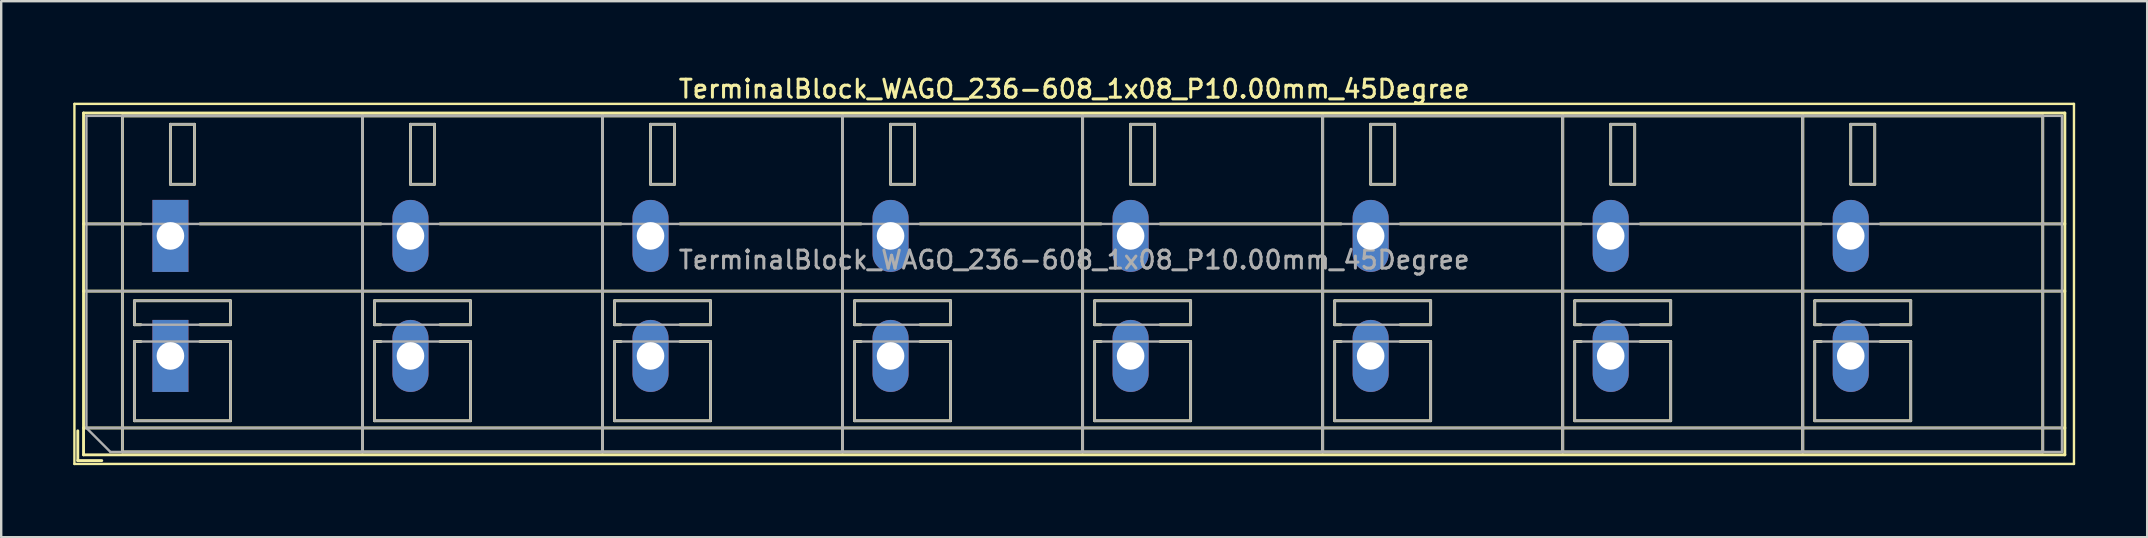
<source format=kicad_pcb>
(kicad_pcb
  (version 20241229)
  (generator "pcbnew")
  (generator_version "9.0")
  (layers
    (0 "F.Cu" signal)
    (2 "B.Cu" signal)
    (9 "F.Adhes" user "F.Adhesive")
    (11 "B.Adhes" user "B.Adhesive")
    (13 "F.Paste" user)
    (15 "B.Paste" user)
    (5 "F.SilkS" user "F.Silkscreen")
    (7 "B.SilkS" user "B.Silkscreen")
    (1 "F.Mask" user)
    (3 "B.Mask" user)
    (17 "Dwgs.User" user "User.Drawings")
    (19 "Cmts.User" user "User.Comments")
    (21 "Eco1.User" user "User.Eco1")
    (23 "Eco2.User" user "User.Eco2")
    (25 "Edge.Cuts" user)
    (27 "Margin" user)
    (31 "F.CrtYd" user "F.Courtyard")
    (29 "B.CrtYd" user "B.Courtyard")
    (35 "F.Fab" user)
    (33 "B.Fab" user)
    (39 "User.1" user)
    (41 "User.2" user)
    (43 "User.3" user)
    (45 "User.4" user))
  (footprint "TerminalBlock_WAGO_236-608_1x08_P10.00mm_45Degree"
    (layer "F.Cu")
    (at 4.05 6.778)
    (property "Reference" "TerminalBlock_WAGO_236-608_1x08_P10.00mm_45Degree" (at 37.65 -6.12 0) (layer "F.SilkS") (effects (font (size 0.75 0.75) (thickness 0.125))))
    (attr through_hole)
    (fp_line (start -4 -5.5) (end -4 9.5) (stroke (width 0.1) (type solid)) (layer "F.SilkS"))
    (fp_line (start -4 9.5) (end 79.3 9.5) (stroke (width 0.1) (type solid)) (layer "F.SilkS"))
    (fp_line (start -3.86 8.12) (end -3.86 9.36) (stroke (width 0.12) (type solid)) (layer "F.SilkS"))
    (fp_line (start -3.86 9.36) (end -2.86 9.36) (stroke (width 0.12) (type solid)) (layer "F.SilkS"))
    (fp_line (start -3.62 -5.12) (end -3.62 9.12) (stroke (width 0.12) (type solid)) (layer "F.SilkS"))
    (fp_line (start -3.62 -5.12) (end 78.92 -5.12) (stroke (width 0.12) (type solid)) (layer "F.SilkS"))
    (fp_line (start -3.62 -0.5) (end -1.23 -0.5) (stroke (width 0.12) (type solid)) (layer "F.SilkS"))
    (fp_line (start -3.62 2.3) (end 78.92 2.3) (stroke (width 0.12) (type solid)) (layer "F.SilkS"))
    (fp_line (start -3.62 8) (end 78.92 8) (stroke (width 0.12) (type solid)) (layer "F.SilkS"))
    (fp_line (start -3.62 9.12) (end 78.92 9.12) (stroke (width 0.12) (type solid)) (layer "F.SilkS"))
    (fp_line (start -2 -5) (end -2 9) (stroke (width 0.12) (type solid)) (layer "F.SilkS"))
    (fp_line (start -2 -5) (end 8 -5) (stroke (width 0.12) (type solid)) (layer "F.SilkS"))
    (fp_line (start -2 9) (end 8 9) (stroke (width 0.12) (type solid)) (layer "F.SilkS"))
    (fp_line (start -1.5 2.7) (end -1.5 3.7) (stroke (width 0.12) (type solid)) (layer "F.SilkS"))
    (fp_line (start -1.5 2.7) (end 2.5 2.7) (stroke (width 0.12) (type solid)) (layer "F.SilkS"))
    (fp_line (start -1.5 3.7) (end -1.23 3.7) (stroke (width 0.12) (type solid)) (layer "F.SilkS"))
    (fp_line (start -1.5 4.4) (end -1.5 7.7) (stroke (width 0.12) (type solid)) (layer "F.SilkS"))
    (fp_line (start -1.5 4.4) (end -1.23 4.4) (stroke (width 0.12) (type solid)) (layer "F.SilkS"))
    (fp_line (start -1.5 7.7) (end 2.5 7.7) (stroke (width 0.12) (type solid)) (layer "F.SilkS"))
    (fp_line (start 0 -4.65) (end 0 -2.151) (stroke (width 0.12) (type solid)) (layer "F.SilkS"))
    (fp_line (start 0 -4.65) (end 1 -4.65) (stroke (width 0.12) (type solid)) (layer "F.SilkS"))
    (fp_line (start 0 -2.151) (end 1 -2.151) (stroke (width 0.12) (type solid)) (layer "F.SilkS"))
    (fp_line (start 1 -4.65) (end 1 -2.151) (stroke (width 0.12) (type solid)) (layer "F.SilkS"))
    (fp_line (start 1.23 -0.5) (end 8.77 -0.5) (stroke (width 0.12) (type solid)) (layer "F.SilkS"))
    (fp_line (start 1.23 3.7) (end 2.5 3.7) (stroke (width 0.12) (type solid)) (layer "F.SilkS"))
    (fp_line (start 1.23 4.4) (end 2.5 4.4) (stroke (width 0.12) (type solid)) (layer "F.SilkS"))
    (fp_line (start 2.5 2.7) (end 2.5 3.7) (stroke (width 0.12) (type solid)) (layer "F.SilkS"))
    (fp_line (start 2.5 4.4) (end 2.5 7.7) (stroke (width 0.12) (type solid)) (layer "F.SilkS"))
    (fp_line (start 8 -5) (end 8 9) (stroke (width 0.12) (type solid)) (layer "F.SilkS"))
    (fp_line (start 8 -5) (end 8 9) (stroke (width 0.12) (type solid)) (layer "F.SilkS"))
    (fp_line (start 8 -5) (end 18 -5) (stroke (width 0.12) (type solid)) (layer "F.SilkS"))
    (fp_line (start 8 9) (end 18 9) (stroke (width 0.12) (type solid)) (layer "F.SilkS"))
    (fp_line (start 8.5 2.7) (end 8.5 3.7) (stroke (width 0.12) (type solid)) (layer "F.SilkS"))
    (fp_line (start 8.5 2.7) (end 12.5 2.7) (stroke (width 0.12) (type solid)) (layer "F.SilkS"))
    (fp_line (start 8.5 3.7) (end 8.77 3.7) (stroke (width 0.12) (type solid)) (layer "F.SilkS"))
    (fp_line (start 8.5 4.4) (end 8.5 7.7) (stroke (width 0.12) (type solid)) (layer "F.SilkS"))
    (fp_line (start 8.5 4.4) (end 8.77 4.4) (stroke (width 0.12) (type solid)) (layer "F.SilkS"))
    (fp_line (start 8.5 7.7) (end 12.5 7.7) (stroke (width 0.12) (type solid)) (layer "F.SilkS"))
    (fp_line (start 10 -4.65) (end 10 -2.151) (stroke (width 0.12) (type solid)) (layer "F.SilkS"))
    (fp_line (start 10 -4.65) (end 11 -4.65) (stroke (width 0.12) (type solid)) (layer "F.SilkS"))
    (fp_line (start 10 -2.151) (end 11 -2.151) (stroke (width 0.12) (type solid)) (layer "F.SilkS"))
    (fp_line (start 11 -4.65) (end 11 -2.151) (stroke (width 0.12) (type solid)) (layer "F.SilkS"))
    (fp_line (start 11.23 -0.5) (end 18.77 -0.5) (stroke (width 0.12) (type solid)) (layer "F.SilkS"))
    (fp_line (start 11.23 3.7) (end 12.5 3.7) (stroke (width 0.12) (type solid)) (layer "F.SilkS"))
    (fp_line (start 11.23 4.4) (end 12.5 4.4) (stroke (width 0.12) (type solid)) (layer "F.SilkS"))
    (fp_line (start 12.5 2.7) (end 12.5 3.7) (stroke (width 0.12) (type solid)) (layer "F.SilkS"))
    (fp_line (start 12.5 4.4) (end 12.5 7.7) (stroke (width 0.12) (type solid)) (layer "F.SilkS"))
    (fp_line (start 18 -5) (end 18 9) (stroke (width 0.12) (type solid)) (layer "F.SilkS"))
    (fp_line (start 18 -5) (end 18 9) (stroke (width 0.12) (type solid)) (layer "F.SilkS"))
    (fp_line (start 18 -5) (end 28 -5) (stroke (width 0.12) (type solid)) (layer "F.SilkS"))
    (fp_line (start 18 9) (end 28 9) (stroke (width 0.12) (type solid)) (layer "F.SilkS"))
    (fp_line (start 18.5 2.7) (end 18.5 3.7) (stroke (width 0.12) (type solid)) (layer "F.SilkS"))
    (fp_line (start 18.5 2.7) (end 22.5 2.7) (stroke (width 0.12) (type solid)) (layer "F.SilkS"))
    (fp_line (start 18.5 3.7) (end 18.77 3.7) (stroke (width 0.12) (type solid)) (layer "F.SilkS"))
    (fp_line (start 18.5 4.4) (end 18.5 7.7) (stroke (width 0.12) (type solid)) (layer "F.SilkS"))
    (fp_line (start 18.5 4.4) (end 18.77 4.4) (stroke (width 0.12) (type solid)) (layer "F.SilkS"))
    (fp_line (start 18.5 7.7) (end 22.5 7.7) (stroke (width 0.12) (type solid)) (layer "F.SilkS"))
    (fp_line (start 20 -4.65) (end 20 -2.151) (stroke (width 0.12) (type solid)) (layer "F.SilkS"))
    (fp_line (start 20 -4.65) (end 21 -4.65) (stroke (width 0.12) (type solid)) (layer "F.SilkS"))
    (fp_line (start 20 -2.151) (end 21 -2.151) (stroke (width 0.12) (type solid)) (layer "F.SilkS"))
    (fp_line (start 21 -4.65) (end 21 -2.151) (stroke (width 0.12) (type solid)) (layer "F.SilkS"))
    (fp_line (start 21.23 -0.5) (end 28.77 -0.5) (stroke (width 0.12) (type solid)) (layer "F.SilkS"))
    (fp_line (start 21.23 3.7) (end 22.5 3.7) (stroke (width 0.12) (type solid)) (layer "F.SilkS"))
    (fp_line (start 21.23 4.4) (end 22.5 4.4) (stroke (width 0.12) (type solid)) (layer "F.SilkS"))
    (fp_line (start 22.5 2.7) (end 22.5 3.7) (stroke (width 0.12) (type solid)) (layer "F.SilkS"))
    (fp_line (start 22.5 4.4) (end 22.5 7.7) (stroke (width 0.12) (type solid)) (layer "F.SilkS"))
    (fp_line (start 28 -5) (end 28 9) (stroke (width 0.12) (type solid)) (layer "F.SilkS"))
    (fp_line (start 28 -5) (end 28 9) (stroke (width 0.12) (type solid)) (layer "F.SilkS"))
    (fp_line (start 28 -5) (end 38 -5) (stroke (width 0.12) (type solid)) (layer "F.SilkS"))
    (fp_line (start 28 9) (end 38 9) (stroke (width 0.12) (type solid)) (layer "F.SilkS"))
    (fp_line (start 28.5 2.7) (end 28.5 3.7) (stroke (width 0.12) (type solid)) (layer "F.SilkS"))
    (fp_line (start 28.5 2.7) (end 32.5 2.7) (stroke (width 0.12) (type solid)) (layer "F.SilkS"))
    (fp_line (start 28.5 3.7) (end 28.77 3.7) (stroke (width 0.12) (type solid)) (layer "F.SilkS"))
    (fp_line (start 28.5 4.4) (end 28.5 7.7) (stroke (width 0.12) (type solid)) (layer "F.SilkS"))
    (fp_line (start 28.5 4.4) (end 28.77 4.4) (stroke (width 0.12) (type solid)) (layer "F.SilkS"))
    (fp_line (start 28.5 7.7) (end 32.5 7.7) (stroke (width 0.12) (type solid)) (layer "F.SilkS"))
    (fp_line (start 30 -4.65) (end 30 -2.151) (stroke (width 0.12) (type solid)) (layer "F.SilkS"))
    (fp_line (start 30 -4.65) (end 31 -4.65) (stroke (width 0.12) (type solid)) (layer "F.SilkS"))
    (fp_line (start 30 -2.151) (end 31 -2.151) (stroke (width 0.12) (type solid)) (layer "F.SilkS"))
    (fp_line (start 31 -4.65) (end 31 -2.151) (stroke (width 0.12) (type solid)) (layer "F.SilkS"))
    (fp_line (start 31.23 -0.5) (end 38.77 -0.5) (stroke (width 0.12) (type solid)) (layer "F.SilkS"))
    (fp_line (start 31.23 3.7) (end 32.5 3.7) (stroke (width 0.12) (type solid)) (layer "F.SilkS"))
    (fp_line (start 31.23 4.4) (end 32.5 4.4) (stroke (width 0.12) (type solid)) (layer "F.SilkS"))
    (fp_line (start 32.5 2.7) (end 32.5 3.7) (stroke (width 0.12) (type solid)) (layer "F.SilkS"))
    (fp_line (start 32.5 4.4) (end 32.5 7.7) (stroke (width 0.12) (type solid)) (layer "F.SilkS"))
    (fp_line (start 38 -5) (end 38 9) (stroke (width 0.12) (type solid)) (layer "F.SilkS"))
    (fp_line (start 38 -5) (end 38 9) (stroke (width 0.12) (type solid)) (layer "F.SilkS"))
    (fp_line (start 38 -5) (end 48 -5) (stroke (width 0.12) (type solid)) (layer "F.SilkS"))
    (fp_line (start 38 9) (end 48 9) (stroke (width 0.12) (type solid)) (layer "F.SilkS"))
    (fp_line (start 38.5 2.7) (end 38.5 3.7) (stroke (width 0.12) (type solid)) (layer "F.SilkS"))
    (fp_line (start 38.5 2.7) (end 42.5 2.7) (stroke (width 0.12) (type solid)) (layer "F.SilkS"))
    (fp_line (start 38.5 3.7) (end 38.77 3.7) (stroke (width 0.12) (type solid)) (layer "F.SilkS"))
    (fp_line (start 38.5 4.4) (end 38.5 7.7) (stroke (width 0.12) (type solid)) (layer "F.SilkS"))
    (fp_line (start 38.5 4.4) (end 38.77 4.4) (stroke (width 0.12) (type solid)) (layer "F.SilkS"))
    (fp_line (start 38.5 7.7) (end 42.5 7.7) (stroke (width 0.12) (type solid)) (layer "F.SilkS"))
    (fp_line (start 40 -4.65) (end 40 -2.151) (stroke (width 0.12) (type solid)) (layer "F.SilkS"))
    (fp_line (start 40 -4.65) (end 41 -4.65) (stroke (width 0.12) (type solid)) (layer "F.SilkS"))
    (fp_line (start 40 -2.151) (end 41 -2.151) (stroke (width 0.12) (type solid)) (layer "F.SilkS"))
    (fp_line (start 41 -4.65) (end 41 -2.151) (stroke (width 0.12) (type solid)) (layer "F.SilkS"))
    (fp_line (start 41.23 -0.5) (end 48.77 -0.5) (stroke (width 0.12) (type solid)) (layer "F.SilkS"))
    (fp_line (start 41.23 3.7) (end 42.5 3.7) (stroke (width 0.12) (type solid)) (layer "F.SilkS"))
    (fp_line (start 41.23 4.4) (end 42.5 4.4) (stroke (width 0.12) (type solid)) (layer "F.SilkS"))
    (fp_line (start 42.5 2.7) (end 42.5 3.7) (stroke (width 0.12) (type solid)) (layer "F.SilkS"))
    (fp_line (start 42.5 4.4) (end 42.5 7.7) (stroke (width 0.12) (type solid)) (layer "F.SilkS"))
    (fp_line (start 48 -5) (end 48 9) (stroke (width 0.12) (type solid)) (layer "F.SilkS"))
    (fp_line (start 48 -5) (end 48 9) (stroke (width 0.12) (type solid)) (layer "F.SilkS"))
    (fp_line (start 48 -5) (end 58 -5) (stroke (width 0.12) (type solid)) (layer "F.SilkS"))
    (fp_line (start 48 9) (end 58 9) (stroke (width 0.12) (type solid)) (layer "F.SilkS"))
    (fp_line (start 48.5 2.7) (end 48.5 3.7) (stroke (width 0.12) (type solid)) (layer "F.SilkS"))
    (fp_line (start 48.5 2.7) (end 52.5 2.7) (stroke (width 0.12) (type solid)) (layer "F.SilkS"))
    (fp_line (start 48.5 3.7) (end 48.77 3.7) (stroke (width 0.12) (type solid)) (layer "F.SilkS"))
    (fp_line (start 48.5 4.4) (end 48.5 7.7) (stroke (width 0.12) (type solid)) (layer "F.SilkS"))
    (fp_line (start 48.5 4.4) (end 48.77 4.4) (stroke (width 0.12) (type solid)) (layer "F.SilkS"))
    (fp_line (start 48.5 7.7) (end 52.5 7.7) (stroke (width 0.12) (type solid)) (layer "F.SilkS"))
    (fp_line (start 50 -4.65) (end 50 -2.151) (stroke (width 0.12) (type solid)) (layer "F.SilkS"))
    (fp_line (start 50 -4.65) (end 51 -4.65) (stroke (width 0.12) (type solid)) (layer "F.SilkS"))
    (fp_line (start 50 -2.151) (end 51 -2.151) (stroke (width 0.12) (type solid)) (layer "F.SilkS"))
    (fp_line (start 51 -4.65) (end 51 -2.151) (stroke (width 0.12) (type solid)) (layer "F.SilkS"))
    (fp_line (start 51.23 -0.5) (end 58.77 -0.5) (stroke (width 0.12) (type solid)) (layer "F.SilkS"))
    (fp_line (start 51.23 3.7) (end 52.5 3.7) (stroke (width 0.12) (type solid)) (layer "F.SilkS"))
    (fp_line (start 51.23 4.4) (end 52.5 4.4) (stroke (width 0.12) (type solid)) (layer "F.SilkS"))
    (fp_line (start 52.5 2.7) (end 52.5 3.7) (stroke (width 0.12) (type solid)) (layer "F.SilkS"))
    (fp_line (start 52.5 4.4) (end 52.5 7.7) (stroke (width 0.12) (type solid)) (layer "F.SilkS"))
    (fp_line (start 58 -5) (end 58 9) (stroke (width 0.12) (type solid)) (layer "F.SilkS"))
    (fp_line (start 58 -5) (end 58 9) (stroke (width 0.12) (type solid)) (layer "F.SilkS"))
    (fp_line (start 58 -5) (end 68 -5) (stroke (width 0.12) (type solid)) (layer "F.SilkS"))
    (fp_line (start 58 9) (end 68 9) (stroke (width 0.12) (type solid)) (layer "F.SilkS"))
    (fp_line (start 58.5 2.7) (end 58.5 3.7) (stroke (width 0.12) (type solid)) (layer "F.SilkS"))
    (fp_line (start 58.5 2.7) (end 62.5 2.7) (stroke (width 0.12) (type solid)) (layer "F.SilkS"))
    (fp_line (start 58.5 3.7) (end 58.77 3.7) (stroke (width 0.12) (type solid)) (layer "F.SilkS"))
    (fp_line (start 58.5 4.4) (end 58.5 7.7) (stroke (width 0.12) (type solid)) (layer "F.SilkS"))
    (fp_line (start 58.5 4.4) (end 58.77 4.4) (stroke (width 0.12) (type solid)) (layer "F.SilkS"))
    (fp_line (start 58.5 7.7) (end 62.5 7.7) (stroke (width 0.12) (type solid)) (layer "F.SilkS"))
    (fp_line (start 60 -4.65) (end 60 -2.151) (stroke (width 0.12) (type solid)) (layer "F.SilkS"))
    (fp_line (start 60 -4.65) (end 61 -4.65) (stroke (width 0.12) (type solid)) (layer "F.SilkS"))
    (fp_line (start 60 -2.151) (end 61 -2.151) (stroke (width 0.12) (type solid)) (layer "F.SilkS"))
    (fp_line (start 61 -4.65) (end 61 -2.151) (stroke (width 0.12) (type solid)) (layer "F.SilkS"))
    (fp_line (start 61.23 -0.5) (end 68.77 -0.5) (stroke (width 0.12) (type solid)) (layer "F.SilkS"))
    (fp_line (start 61.23 3.7) (end 62.5 3.7) (stroke (width 0.12) (type solid)) (layer "F.SilkS"))
    (fp_line (start 61.23 4.4) (end 62.5 4.4) (stroke (width 0.12) (type solid)) (layer "F.SilkS"))
    (fp_line (start 62.5 2.7) (end 62.5 3.7) (stroke (width 0.12) (type solid)) (layer "F.SilkS"))
    (fp_line (start 62.5 4.4) (end 62.5 7.7) (stroke (width 0.12) (type solid)) (layer "F.SilkS"))
    (fp_line (start 68 -5) (end 68 9) (stroke (width 0.12) (type solid)) (layer "F.SilkS"))
    (fp_line (start 68 -5) (end 68 9) (stroke (width 0.12) (type solid)) (layer "F.SilkS"))
    (fp_line (start 68 -5) (end 78 -5) (stroke (width 0.12) (type solid)) (layer "F.SilkS"))
    (fp_line (start 68 9) (end 78 9) (stroke (width 0.12) (type solid)) (layer "F.SilkS"))
    (fp_line (start 68.5 2.7) (end 68.5 3.7) (stroke (width 0.12) (type solid)) (layer "F.SilkS"))
    (fp_line (start 68.5 2.7) (end 72.5 2.7) (stroke (width 0.12) (type solid)) (layer "F.SilkS"))
    (fp_line (start 68.5 3.7) (end 68.77 3.7) (stroke (width 0.12) (type solid)) (layer "F.SilkS"))
    (fp_line (start 68.5 4.4) (end 68.5 7.7) (stroke (width 0.12) (type solid)) (layer "F.SilkS"))
    (fp_line (start 68.5 4.4) (end 68.77 4.4) (stroke (width 0.12) (type solid)) (layer "F.SilkS"))
    (fp_line (start 68.5 7.7) (end 72.5 7.7) (stroke (width 0.12) (type solid)) (layer "F.SilkS"))
    (fp_line (start 70 -4.65) (end 70 -2.151) (stroke (width 0.12) (type solid)) (layer "F.SilkS"))
    (fp_line (start 70 -4.65) (end 71 -4.65) (stroke (width 0.12) (type solid)) (layer "F.SilkS"))
    (fp_line (start 70 -2.151) (end 71 -2.151) (stroke (width 0.12) (type solid)) (layer "F.SilkS"))
    (fp_line (start 71 -4.65) (end 71 -2.151) (stroke (width 0.12) (type solid)) (layer "F.SilkS"))
    (fp_line (start 71.23 -0.5) (end 78.92 -0.5) (stroke (width 0.12) (type solid)) (layer "F.SilkS"))
    (fp_line (start 71.23 3.7) (end 72.5 3.7) (stroke (width 0.12) (type solid)) (layer "F.SilkS"))
    (fp_line (start 71.23 4.4) (end 72.5 4.4) (stroke (width 0.12) (type solid)) (layer "F.SilkS"))
    (fp_line (start 72.5 2.7) (end 72.5 3.7) (stroke (width 0.12) (type solid)) (layer "F.SilkS"))
    (fp_line (start 72.5 4.4) (end 72.5 7.7) (stroke (width 0.12) (type solid)) (layer "F.SilkS"))
    (fp_line (start 78 -5) (end 78 9) (stroke (width 0.12) (type solid)) (layer "F.SilkS"))
    (fp_line (start 78.92 -5.12) (end 78.92 9.12) (stroke (width 0.12) (type solid)) (layer "F.SilkS"))
    (fp_line (start 79.3 -5.5) (end -4 -5.5) (stroke (width 0.1) (type solid)) (layer "F.SilkS"))
    (fp_line (start 79.3 9.5) (end 79.3 -5.5) (stroke (width 0.1) (type solid)) (layer "F.SilkS"))
    (fp_line (start -3.5 -5) (end 78.8 -5) (stroke (width 0.1) (type solid)) (layer "F.Fab"))
    (fp_line (start -3.5 -0.5) (end 78.8 -0.5) (stroke (width 0.1) (type solid)) (layer "F.Fab"))
    (fp_line (start -3.5 2.3) (end 78.8 2.3) (stroke (width 0.1) (type solid)) (layer "F.Fab"))
    (fp_line (start -3.5 8) (end -3.5 -5) (stroke (width 0.1) (type solid)) (layer "F.Fab"))
    (fp_line (start -3.5 8) (end 78.8 8) (stroke (width 0.1) (type solid)) (layer "F.Fab"))
    (fp_line (start -2.5 9) (end -3.5 8) (stroke (width 0.1) (type solid)) (layer "F.Fab"))
    (fp_line (start -2 -5) (end -2 9) (stroke (width 0.1) (type solid)) (layer "F.Fab"))
    (fp_line (start -2 9) (end 8 9) (stroke (width 0.1) (type solid)) (layer "F.Fab"))
    (fp_line (start -1.5 2.7) (end -1.5 3.7) (stroke (width 0.1) (type solid)) (layer "F.Fab"))
    (fp_line (start -1.5 3.7) (end 2.5 3.7) (stroke (width 0.1) (type solid)) (layer "F.Fab"))
    (fp_line (start -1.5 4.4) (end -1.5 7.7) (stroke (width 0.1) (type solid)) (layer "F.Fab"))
    (fp_line (start -1.5 7.7) (end 2.5 7.7) (stroke (width 0.1) (type solid)) (layer "F.Fab"))
    (fp_line (start 0 -4.65) (end 0 -2.15) (stroke (width 0.1) (type solid)) (layer "F.Fab"))
    (fp_line (start 0 -2.15) (end 1 -2.15) (stroke (width 0.1) (type solid)) (layer "F.Fab"))
    (fp_line (start 1 -4.65) (end 0 -4.65) (stroke (width 0.1) (type solid)) (layer "F.Fab"))
    (fp_line (start 1 -2.15) (end 1 -4.65) (stroke (width 0.1) (type solid)) (layer "F.Fab"))
    (fp_line (start 2.5 2.7) (end -1.5 2.7) (stroke (width 0.1) (type solid)) (layer "F.Fab"))
    (fp_line (start 2.5 3.7) (end 2.5 2.7) (stroke (width 0.1) (type solid)) (layer "F.Fab"))
    (fp_line (start 2.5 4.4) (end -1.5 4.4) (stroke (width 0.1) (type solid)) (layer "F.Fab"))
    (fp_line (start 2.5 7.7) (end 2.5 4.4) (stroke (width 0.1) (type solid)) (layer "F.Fab"))
    (fp_line (start 8 -5) (end -2 -5) (stroke (width 0.1) (type solid)) (layer "F.Fab"))
    (fp_line (start 8 -5) (end 8 9) (stroke (width 0.1) (type solid)) (layer "F.Fab"))
    (fp_line (start 8 9) (end 8 -5) (stroke (width 0.1) (type solid)) (layer "F.Fab"))
    (fp_line (start 8 9) (end 18 9) (stroke (width 0.1) (type solid)) (layer "F.Fab"))
    (fp_line (start 8.5 2.7) (end 8.5 3.7) (stroke (width 0.1) (type solid)) (layer "F.Fab"))
    (fp_line (start 8.5 3.7) (end 12.5 3.7) (stroke (width 0.1) (type solid)) (layer "F.Fab"))
    (fp_line (start 8.5 4.4) (end 8.5 7.7) (stroke (width 0.1) (type solid)) (layer "F.Fab"))
    (fp_line (start 8.5 7.7) (end 12.5 7.7) (stroke (width 0.1) (type solid)) (layer "F.Fab"))
    (fp_line (start 10 -4.65) (end 10 -2.15) (stroke (width 0.1) (type solid)) (layer "F.Fab"))
    (fp_line (start 10 -2.15) (end 11 -2.15) (stroke (width 0.1) (type solid)) (layer "F.Fab"))
    (fp_line (start 11 -4.65) (end 10 -4.65) (stroke (width 0.1) (type solid)) (layer "F.Fab"))
    (fp_line (start 11 -2.15) (end 11 -4.65) (stroke (width 0.1) (type solid)) (layer "F.Fab"))
    (fp_line (start 12.5 2.7) (end 8.5 2.7) (stroke (width 0.1) (type solid)) (layer "F.Fab"))
    (fp_line (start 12.5 3.7) (end 12.5 2.7) (stroke (width 0.1) (type solid)) (layer "F.Fab"))
    (fp_line (start 12.5 4.4) (end 8.5 4.4) (stroke (width 0.1) (type solid)) (layer "F.Fab"))
    (fp_line (start 12.5 7.7) (end 12.5 4.4) (stroke (width 0.1) (type solid)) (layer "F.Fab"))
    (fp_line (start 18 -5) (end 8 -5) (stroke (width 0.1) (type solid)) (layer "F.Fab"))
    (fp_line (start 18 -5) (end 18 9) (stroke (width 0.1) (type solid)) (layer "F.Fab"))
    (fp_line (start 18 9) (end 18 -5) (stroke (width 0.1) (type solid)) (layer "F.Fab"))
    (fp_line (start 18 9) (end 28 9) (stroke (width 0.1) (type solid)) (layer "F.Fab"))
    (fp_line (start 18.5 2.7) (end 18.5 3.7) (stroke (width 0.1) (type solid)) (layer "F.Fab"))
    (fp_line (start 18.5 3.7) (end 22.5 3.7) (stroke (width 0.1) (type solid)) (layer "F.Fab"))
    (fp_line (start 18.5 4.4) (end 18.5 7.7) (stroke (width 0.1) (type solid)) (layer "F.Fab"))
    (fp_line (start 18.5 7.7) (end 22.5 7.7) (stroke (width 0.1) (type solid)) (layer "F.Fab"))
    (fp_line (start 20 -4.65) (end 20 -2.15) (stroke (width 0.1) (type solid)) (layer "F.Fab"))
    (fp_line (start 20 -2.15) (end 21 -2.15) (stroke (width 0.1) (type solid)) (layer "F.Fab"))
    (fp_line (start 21 -4.65) (end 20 -4.65) (stroke (width 0.1) (type solid)) (layer "F.Fab"))
    (fp_line (start 21 -2.15) (end 21 -4.65) (stroke (width 0.1) (type solid)) (layer "F.Fab"))
    (fp_line (start 22.5 2.7) (end 18.5 2.7) (stroke (width 0.1) (type solid)) (layer "F.Fab"))
    (fp_line (start 22.5 3.7) (end 22.5 2.7) (stroke (width 0.1) (type solid)) (layer "F.Fab"))
    (fp_line (start 22.5 4.4) (end 18.5 4.4) (stroke (width 0.1) (type solid)) (layer "F.Fab"))
    (fp_line (start 22.5 7.7) (end 22.5 4.4) (stroke (width 0.1) (type solid)) (layer "F.Fab"))
    (fp_line (start 28 -5) (end 18 -5) (stroke (width 0.1) (type solid)) (layer "F.Fab"))
    (fp_line (start 28 -5) (end 28 9) (stroke (width 0.1) (type solid)) (layer "F.Fab"))
    (fp_line (start 28 9) (end 28 -5) (stroke (width 0.1) (type solid)) (layer "F.Fab"))
    (fp_line (start 28 9) (end 38 9) (stroke (width 0.1) (type solid)) (layer "F.Fab"))
    (fp_line (start 28.5 2.7) (end 28.5 3.7) (stroke (width 0.1) (type solid)) (layer "F.Fab"))
    (fp_line (start 28.5 3.7) (end 32.5 3.7) (stroke (width 0.1) (type solid)) (layer "F.Fab"))
    (fp_line (start 28.5 4.4) (end 28.5 7.7) (stroke (width 0.1) (type solid)) (layer "F.Fab"))
    (fp_line (start 28.5 7.7) (end 32.5 7.7) (stroke (width 0.1) (type solid)) (layer "F.Fab"))
    (fp_line (start 30 -4.65) (end 30 -2.15) (stroke (width 0.1) (type solid)) (layer "F.Fab"))
    (fp_line (start 30 -2.15) (end 31 -2.15) (stroke (width 0.1) (type solid)) (layer "F.Fab"))
    (fp_line (start 31 -4.65) (end 30 -4.65) (stroke (width 0.1) (type solid)) (layer "F.Fab"))
    (fp_line (start 31 -2.15) (end 31 -4.65) (stroke (width 0.1) (type solid)) (layer "F.Fab"))
    (fp_line (start 32.5 2.7) (end 28.5 2.7) (stroke (width 0.1) (type solid)) (layer "F.Fab"))
    (fp_line (start 32.5 3.7) (end 32.5 2.7) (stroke (width 0.1) (type solid)) (layer "F.Fab"))
    (fp_line (start 32.5 4.4) (end 28.5 4.4) (stroke (width 0.1) (type solid)) (layer "F.Fab"))
    (fp_line (start 32.5 7.7) (end 32.5 4.4) (stroke (width 0.1) (type solid)) (layer "F.Fab"))
    (fp_line (start 38 -5) (end 28 -5) (stroke (width 0.1) (type solid)) (layer "F.Fab"))
    (fp_line (start 38 -5) (end 38 9) (stroke (width 0.1) (type solid)) (layer "F.Fab"))
    (fp_line (start 38 9) (end 38 -5) (stroke (width 0.1) (type solid)) (layer "F.Fab"))
    (fp_line (start 38 9) (end 48 9) (stroke (width 0.1) (type solid)) (layer "F.Fab"))
    (fp_line (start 38.5 2.7) (end 38.5 3.7) (stroke (width 0.1) (type solid)) (layer "F.Fab"))
    (fp_line (start 38.5 3.7) (end 42.5 3.7) (stroke (width 0.1) (type solid)) (layer "F.Fab"))
    (fp_line (start 38.5 4.4) (end 38.5 7.7) (stroke (width 0.1) (type solid)) (layer "F.Fab"))
    (fp_line (start 38.5 7.7) (end 42.5 7.7) (stroke (width 0.1) (type solid)) (layer "F.Fab"))
    (fp_line (start 40 -4.65) (end 40 -2.15) (stroke (width 0.1) (type solid)) (layer "F.Fab"))
    (fp_line (start 40 -2.15) (end 41 -2.15) (stroke (width 0.1) (type solid)) (layer "F.Fab"))
    (fp_line (start 41 -4.65) (end 40 -4.65) (stroke (width 0.1) (type solid)) (layer "F.Fab"))
    (fp_line (start 41 -2.15) (end 41 -4.65) (stroke (width 0.1) (type solid)) (layer "F.Fab"))
    (fp_line (start 42.5 2.7) (end 38.5 2.7) (stroke (width 0.1) (type solid)) (layer "F.Fab"))
    (fp_line (start 42.5 3.7) (end 42.5 2.7) (stroke (width 0.1) (type solid)) (layer "F.Fab"))
    (fp_line (start 42.5 4.4) (end 38.5 4.4) (stroke (width 0.1) (type solid)) (layer "F.Fab"))
    (fp_line (start 42.5 7.7) (end 42.5 4.4) (stroke (width 0.1) (type solid)) (layer "F.Fab"))
    (fp_line (start 48 -5) (end 38 -5) (stroke (width 0.1) (type solid)) (layer "F.Fab"))
    (fp_line (start 48 -5) (end 48 9) (stroke (width 0.1) (type solid)) (layer "F.Fab"))
    (fp_line (start 48 9) (end 48 -5) (stroke (width 0.1) (type solid)) (layer "F.Fab"))
    (fp_line (start 48 9) (end 58 9) (stroke (width 0.1) (type solid)) (layer "F.Fab"))
    (fp_line (start 48.5 2.7) (end 48.5 3.7) (stroke (width 0.1) (type solid)) (layer "F.Fab"))
    (fp_line (start 48.5 3.7) (end 52.5 3.7) (stroke (width 0.1) (type solid)) (layer "F.Fab"))
    (fp_line (start 48.5 4.4) (end 48.5 7.7) (stroke (width 0.1) (type solid)) (layer "F.Fab"))
    (fp_line (start 48.5 7.7) (end 52.5 7.7) (stroke (width 0.1) (type solid)) (layer "F.Fab"))
    (fp_line (start 50 -4.65) (end 50 -2.15) (stroke (width 0.1) (type solid)) (layer "F.Fab"))
    (fp_line (start 50 -2.15) (end 51 -2.15) (stroke (width 0.1) (type solid)) (layer "F.Fab"))
    (fp_line (start 51 -4.65) (end 50 -4.65) (stroke (width 0.1) (type solid)) (layer "F.Fab"))
    (fp_line (start 51 -2.15) (end 51 -4.65) (stroke (width 0.1) (type solid)) (layer "F.Fab"))
    (fp_line (start 52.5 2.7) (end 48.5 2.7) (stroke (width 0.1) (type solid)) (layer "F.Fab"))
    (fp_line (start 52.5 3.7) (end 52.5 2.7) (stroke (width 0.1) (type solid)) (layer "F.Fab"))
    (fp_line (start 52.5 4.4) (end 48.5 4.4) (stroke (width 0.1) (type solid)) (layer "F.Fab"))
    (fp_line (start 52.5 7.7) (end 52.5 4.4) (stroke (width 0.1) (type solid)) (layer "F.Fab"))
    (fp_line (start 58 -5) (end 48 -5) (stroke (width 0.1) (type solid)) (layer "F.Fab"))
    (fp_line (start 58 -5) (end 58 9) (stroke (width 0.1) (type solid)) (layer "F.Fab"))
    (fp_line (start 58 9) (end 58 -5) (stroke (width 0.1) (type solid)) (layer "F.Fab"))
    (fp_line (start 58 9) (end 68 9) (stroke (width 0.1) (type solid)) (layer "F.Fab"))
    (fp_line (start 58.5 2.7) (end 58.5 3.7) (stroke (width 0.1) (type solid)) (layer "F.Fab"))
    (fp_line (start 58.5 3.7) (end 62.5 3.7) (stroke (width 0.1) (type solid)) (layer "F.Fab"))
    (fp_line (start 58.5 4.4) (end 58.5 7.7) (stroke (width 0.1) (type solid)) (layer "F.Fab"))
    (fp_line (start 58.5 7.7) (end 62.5 7.7) (stroke (width 0.1) (type solid)) (layer "F.Fab"))
    (fp_line (start 60 -4.65) (end 60 -2.15) (stroke (width 0.1) (type solid)) (layer "F.Fab"))
    (fp_line (start 60 -2.15) (end 61 -2.15) (stroke (width 0.1) (type solid)) (layer "F.Fab"))
    (fp_line (start 61 -4.65) (end 60 -4.65) (stroke (width 0.1) (type solid)) (layer "F.Fab"))
    (fp_line (start 61 -2.15) (end 61 -4.65) (stroke (width 0.1) (type solid)) (layer "F.Fab"))
    (fp_line (start 62.5 2.7) (end 58.5 2.7) (stroke (width 0.1) (type solid)) (layer "F.Fab"))
    (fp_line (start 62.5 3.7) (end 62.5 2.7) (stroke (width 0.1) (type solid)) (layer "F.Fab"))
    (fp_line (start 62.5 4.4) (end 58.5 4.4) (stroke (width 0.1) (type solid)) (layer "F.Fab"))
    (fp_line (start 62.5 7.7) (end 62.5 4.4) (stroke (width 0.1) (type solid)) (layer "F.Fab"))
    (fp_line (start 68 -5) (end 58 -5) (stroke (width 0.1) (type solid)) (layer "F.Fab"))
    (fp_line (start 68 -5) (end 68 9) (stroke (width 0.1) (type solid)) (layer "F.Fab"))
    (fp_line (start 68 9) (end 68 -5) (stroke (width 0.1) (type solid)) (layer "F.Fab"))
    (fp_line (start 68 9) (end 78 9) (stroke (width 0.1) (type solid)) (layer "F.Fab"))
    (fp_line (start 68.5 2.7) (end 68.5 3.7) (stroke (width 0.1) (type solid)) (layer "F.Fab"))
    (fp_line (start 68.5 3.7) (end 72.5 3.7) (stroke (width 0.1) (type solid)) (layer "F.Fab"))
    (fp_line (start 68.5 4.4) (end 68.5 7.7) (stroke (width 0.1) (type solid)) (layer "F.Fab"))
    (fp_line (start 68.5 7.7) (end 72.5 7.7) (stroke (width 0.1) (type solid)) (layer "F.Fab"))
    (fp_line (start 70 -4.65) (end 70 -2.15) (stroke (width 0.1) (type solid)) (layer "F.Fab"))
    (fp_line (start 70 -2.15) (end 71 -2.15) (stroke (width 0.1) (type solid)) (layer "F.Fab"))
    (fp_line (start 71 -4.65) (end 70 -4.65) (stroke (width 0.1) (type solid)) (layer "F.Fab"))
    (fp_line (start 71 -2.15) (end 71 -4.65) (stroke (width 0.1) (type solid)) (layer "F.Fab"))
    (fp_line (start 72.5 2.7) (end 68.5 2.7) (stroke (width 0.1) (type solid)) (layer "F.Fab"))
    (fp_line (start 72.5 3.7) (end 72.5 2.7) (stroke (width 0.1) (type solid)) (layer "F.Fab"))
    (fp_line (start 72.5 4.4) (end 68.5 4.4) (stroke (width 0.1) (type solid)) (layer "F.Fab"))
    (fp_line (start 72.5 7.7) (end 72.5 4.4) (stroke (width 0.1) (type solid)) (layer "F.Fab"))
    (fp_line (start 78 -5) (end 68 -5) (stroke (width 0.1) (type solid)) (layer "F.Fab"))
    (fp_line (start 78 9) (end 78 -5) (stroke (width 0.1) (type solid)) (layer "F.Fab"))
    (fp_line (start 78.8 -5) (end 78.8 9) (stroke (width 0.1) (type solid)) (layer "F.Fab"))
    (fp_line (start 78.8 9) (end -2.5 9) (stroke (width 0.1) (type solid)) (layer "F.Fab"))
    (fp_text user "${REFERENCE}" (at 37.65 1 0) (layer "F.Fab") (effects (font (size 0.75 0.75) (thickness 0.125))))
    (pad "1" thru_hole rect (at 0 0) (size 1.5 3) (drill 1.15) (layers "*.Cu" "*.Mask"))
    (pad "1" thru_hole rect (at 0 5) (size 1.5 3) (drill 1.15) (layers "*.Cu" "*.Mask"))
    (pad "2" thru_hole oval (at 10 0) (size 1.5 3) (drill 1.15) (layers "*.Cu" "*.Mask"))
    (pad "2" thru_hole oval (at 10 5) (size 1.5 3) (drill 1.15) (layers "*.Cu" "*.Mask"))
    (pad "3" thru_hole oval (at 20 0) (size 1.5 3) (drill 1.15) (layers "*.Cu" "*.Mask"))
    (pad "3" thru_hole oval (at 20 5) (size 1.5 3) (drill 1.15) (layers "*.Cu" "*.Mask"))
    (pad "4" thru_hole oval (at 30 0) (size 1.5 3) (drill 1.15) (layers "*.Cu" "*.Mask"))
    (pad "4" thru_hole oval (at 30 5) (size 1.5 3) (drill 1.15) (layers "*.Cu" "*.Mask"))
    (pad "5" thru_hole oval (at 40 0) (size 1.5 3) (drill 1.15) (layers "*.Cu" "*.Mask"))
    (pad "5" thru_hole oval (at 40 5) (size 1.5 3) (drill 1.15) (layers "*.Cu" "*.Mask"))
    (pad "6" thru_hole oval (at 50 0) (size 1.5 3) (drill 1.15) (layers "*.Cu" "*.Mask"))
    (pad "6" thru_hole oval (at 50 5) (size 1.5 3) (drill 1.15) (layers "*.Cu" "*.Mask"))
    (pad "7" thru_hole oval (at 60 0) (size 1.5 3) (drill 1.15) (layers "*.Cu" "*.Mask"))
    (pad "7" thru_hole oval (at 60 5) (size 1.5 3) (drill 1.15) (layers "*.Cu" "*.Mask"))
    (pad "8" thru_hole oval (at 70 0) (size 1.5 3) (drill 1.15) (layers "*.Cu" "*.Mask"))
    (pad "8" thru_hole oval (at 70 5) (size 1.5 3) (drill 1.15) (layers "*.Cu" "*.Mask")))
  (gr_rect
    (start -3 -3)
    (end 86.4 19.328)
    (stroke (width 0.1) (type default))
    (fill no)
    (layer "Edge.Cuts")))
</source>
